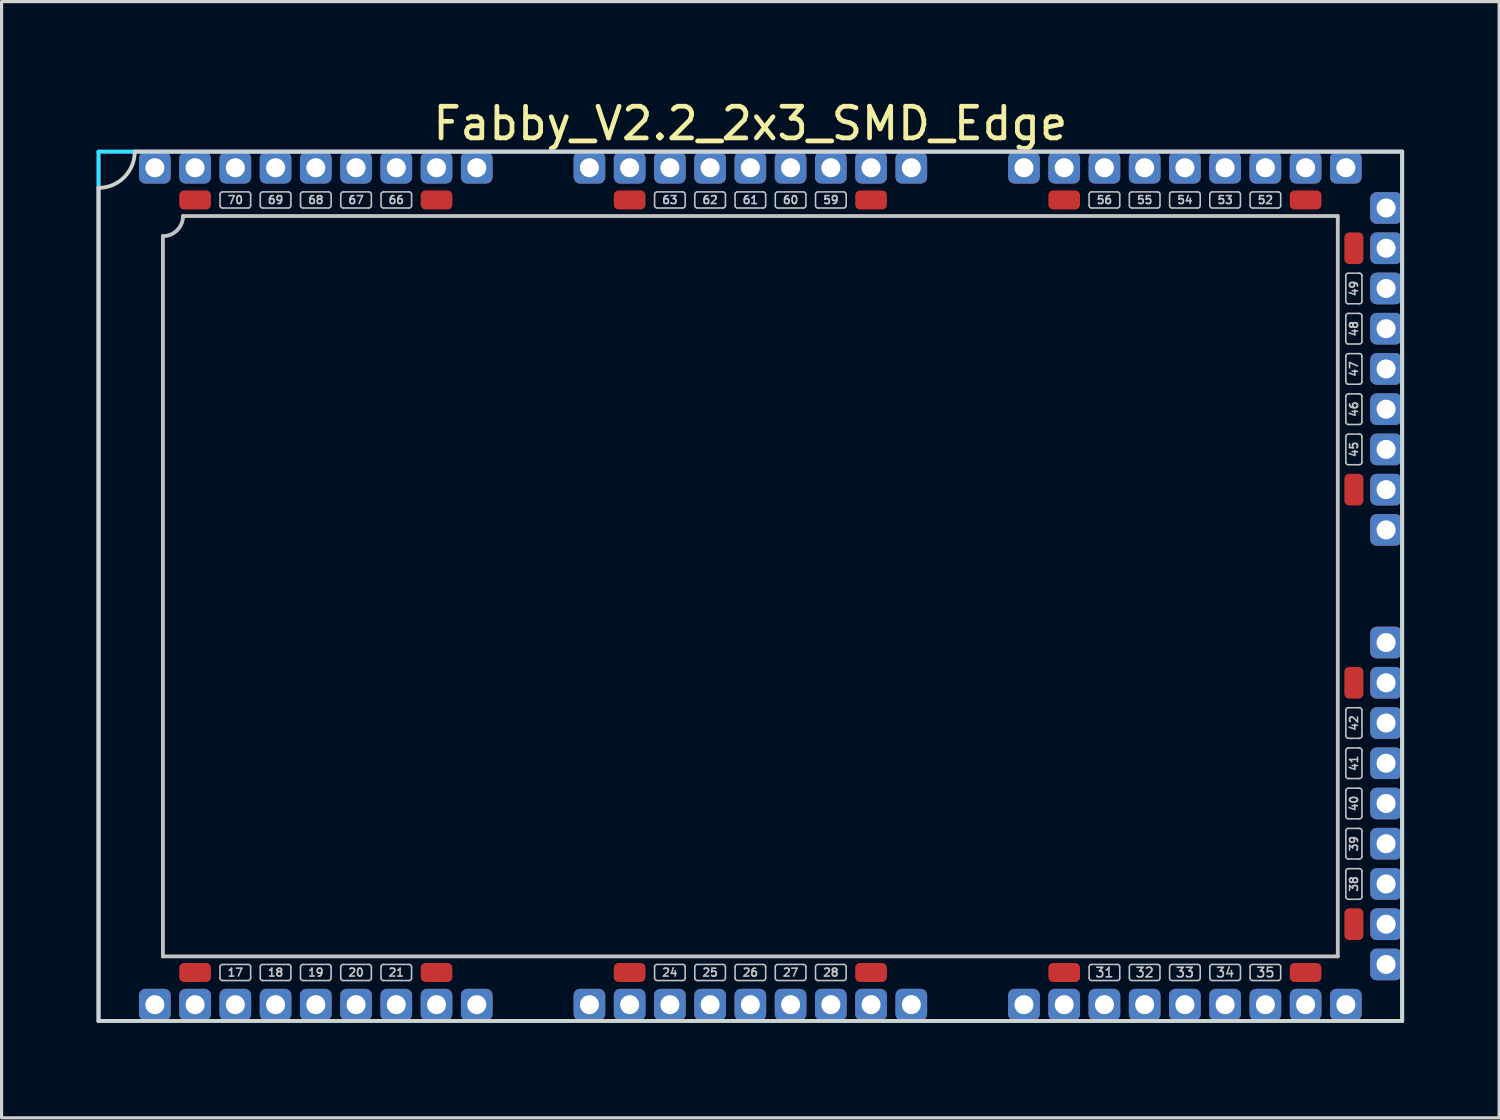
<source format=kicad_pcb>
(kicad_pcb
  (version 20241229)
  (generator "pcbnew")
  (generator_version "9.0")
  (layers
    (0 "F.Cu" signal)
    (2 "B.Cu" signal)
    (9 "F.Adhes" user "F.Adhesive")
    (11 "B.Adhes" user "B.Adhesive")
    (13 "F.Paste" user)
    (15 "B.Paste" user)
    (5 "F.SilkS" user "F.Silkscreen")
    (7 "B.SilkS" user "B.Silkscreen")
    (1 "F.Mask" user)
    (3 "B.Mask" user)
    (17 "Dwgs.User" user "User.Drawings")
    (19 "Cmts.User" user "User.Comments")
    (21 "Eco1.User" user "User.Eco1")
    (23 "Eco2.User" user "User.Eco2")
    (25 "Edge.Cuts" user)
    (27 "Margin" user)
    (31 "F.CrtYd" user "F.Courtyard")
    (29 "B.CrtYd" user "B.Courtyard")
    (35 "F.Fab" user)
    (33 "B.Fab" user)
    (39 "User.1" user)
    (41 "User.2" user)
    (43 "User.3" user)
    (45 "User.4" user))
  (footprint "Fabby_V2.2_2x3_SMD_Edge"
    (layer "F.Cu")
    (at 20.634 15.453)
    (property "Reference" "Fabby_V2.2_2x3_SMD_Edge" (at 0 -14.605 0) (layer "F.SilkS") (effects (font (size 1 1) (thickness 0.15))))
    (attr through_hole)
    (fp_line (start -18.542 11.684) (end -18.542 -11.049) (stroke (width 0.12) (type solid)) (layer "Dwgs.User"))
    (fp_line (start -17.907 -11.684) (end 18.542 -11.684) (stroke (width 0.12) (type solid)) (layer "Dwgs.User"))
    (fp_line (start -16.739 -12.014) (end -16.739 -12.37) (stroke (width 0.05) (type solid)) (layer "Dwgs.User"))
    (fp_line (start -16.739 12.37) (end -16.739 12.014) (stroke (width 0.05) (type solid)) (layer "Dwgs.User"))
    (fp_line (start -15.85 -12.446) (end -16.662 -12.446) (stroke (width 0.05) (type solid)) (layer "Dwgs.User"))
    (fp_line (start -15.85 -11.938) (end -16.662 -11.938) (stroke (width 0.05) (type solid)) (layer "Dwgs.User"))
    (fp_line (start -15.85 11.938) (end -16.662 11.938) (stroke (width 0.05) (type solid)) (layer "Dwgs.User"))
    (fp_line (start -15.85 12.446) (end -16.662 12.446) (stroke (width 0.05) (type solid)) (layer "Dwgs.User"))
    (fp_line (start -15.773 -12.014) (end -15.773 -12.37) (stroke (width 0.05) (type solid)) (layer "Dwgs.User"))
    (fp_line (start -15.773 12.37) (end -15.773 12.014) (stroke (width 0.05) (type solid)) (layer "Dwgs.User"))
    (fp_line (start -15.469 -12.014) (end -15.469 -12.37) (stroke (width 0.05) (type solid)) (layer "Dwgs.User"))
    (fp_line (start -15.469 12.37) (end -15.469 12.014) (stroke (width 0.05) (type solid)) (layer "Dwgs.User"))
    (fp_line (start -14.58 -12.446) (end -15.392 -12.446) (stroke (width 0.05) (type solid)) (layer "Dwgs.User"))
    (fp_line (start -14.58 -11.938) (end -15.392 -11.938) (stroke (width 0.05) (type solid)) (layer "Dwgs.User"))
    (fp_line (start -14.58 11.938) (end -15.392 11.938) (stroke (width 0.05) (type solid)) (layer "Dwgs.User"))
    (fp_line (start -14.58 12.446) (end -15.392 12.446) (stroke (width 0.05) (type solid)) (layer "Dwgs.User"))
    (fp_line (start -14.503 -12.014) (end -14.503 -12.37) (stroke (width 0.05) (type solid)) (layer "Dwgs.User"))
    (fp_line (start -14.503 12.37) (end -14.503 12.014) (stroke (width 0.05) (type solid)) (layer "Dwgs.User"))
    (fp_line (start -14.199 -12.014) (end -14.199 -12.37) (stroke (width 0.05) (type solid)) (layer "Dwgs.User"))
    (fp_line (start -14.199 12.37) (end -14.199 12.014) (stroke (width 0.05) (type solid)) (layer "Dwgs.User"))
    (fp_line (start -13.31 -12.446) (end -14.122 -12.446) (stroke (width 0.05) (type solid)) (layer "Dwgs.User"))
    (fp_line (start -13.31 -11.938) (end -14.122 -11.938) (stroke (width 0.05) (type solid)) (layer "Dwgs.User"))
    (fp_line (start -13.31 11.938) (end -14.122 11.938) (stroke (width 0.05) (type solid)) (layer "Dwgs.User"))
    (fp_line (start -13.31 12.446) (end -14.122 12.446) (stroke (width 0.05) (type solid)) (layer "Dwgs.User"))
    (fp_line (start -13.233 -12.014) (end -13.233 -12.37) (stroke (width 0.05) (type solid)) (layer "Dwgs.User"))
    (fp_line (start -13.233 12.37) (end -13.233 12.014) (stroke (width 0.05) (type solid)) (layer "Dwgs.User"))
    (fp_line (start -12.929 -12.014) (end -12.929 -12.37) (stroke (width 0.05) (type solid)) (layer "Dwgs.User"))
    (fp_line (start -12.929 12.37) (end -12.929 12.014) (stroke (width 0.05) (type solid)) (layer "Dwgs.User"))
    (fp_line (start -12.04 -12.446) (end -12.852 -12.446) (stroke (width 0.05) (type solid)) (layer "Dwgs.User"))
    (fp_line (start -12.04 -11.938) (end -12.852 -11.938) (stroke (width 0.05) (type solid)) (layer "Dwgs.User"))
    (fp_line (start -12.04 11.938) (end -12.852 11.938) (stroke (width 0.05) (type solid)) (layer "Dwgs.User"))
    (fp_line (start -12.04 12.446) (end -12.852 12.446) (stroke (width 0.05) (type solid)) (layer "Dwgs.User"))
    (fp_line (start -11.963 -12.014) (end -11.963 -12.37) (stroke (width 0.05) (type solid)) (layer "Dwgs.User"))
    (fp_line (start -11.963 12.37) (end -11.963 12.014) (stroke (width 0.05) (type solid)) (layer "Dwgs.User"))
    (fp_line (start -11.659 -12.014) (end -11.659 -12.37) (stroke (width 0.05) (type solid)) (layer "Dwgs.User"))
    (fp_line (start -11.659 12.37) (end -11.659 12.014) (stroke (width 0.05) (type solid)) (layer "Dwgs.User"))
    (fp_line (start -10.77 -12.446) (end -11.582 -12.446) (stroke (width 0.05) (type solid)) (layer "Dwgs.User"))
    (fp_line (start -10.77 -11.938) (end -11.582 -11.938) (stroke (width 0.05) (type solid)) (layer "Dwgs.User"))
    (fp_line (start -10.77 11.938) (end -11.582 11.938) (stroke (width 0.05) (type solid)) (layer "Dwgs.User"))
    (fp_line (start -10.77 12.446) (end -11.582 12.446) (stroke (width 0.05) (type solid)) (layer "Dwgs.User"))
    (fp_line (start -10.693 -12.014) (end -10.693 -12.37) (stroke (width 0.05) (type solid)) (layer "Dwgs.User"))
    (fp_line (start -10.693 12.37) (end -10.693 12.014) (stroke (width 0.05) (type solid)) (layer "Dwgs.User"))
    (fp_line (start -3.023 -12.014) (end -3.023 -12.37) (stroke (width 0.05) (type solid)) (layer "Dwgs.User"))
    (fp_line (start -3.023 12.014) (end -3.023 12.37) (stroke (width 0.05) (type solid)) (layer "Dwgs.User"))
    (fp_line (start -2.946 11.938) (end -2.134 11.938) (stroke (width 0.05) (type solid)) (layer "Dwgs.User"))
    (fp_line (start -2.946 12.446) (end -2.134 12.446) (stroke (width 0.05) (type solid)) (layer "Dwgs.User"))
    (fp_line (start -2.134 -12.446) (end -2.946 -12.446) (stroke (width 0.05) (type solid)) (layer "Dwgs.User"))
    (fp_line (start -2.134 -11.938) (end -2.946 -11.938) (stroke (width 0.05) (type solid)) (layer "Dwgs.User"))
    (fp_line (start -2.057 -12.014) (end -2.057 -12.37) (stroke (width 0.05) (type solid)) (layer "Dwgs.User"))
    (fp_line (start -2.057 12.014) (end -2.057 12.37) (stroke (width 0.05) (type solid)) (layer "Dwgs.User"))
    (fp_line (start -1.753 -12.014) (end -1.753 -12.37) (stroke (width 0.05) (type solid)) (layer "Dwgs.User"))
    (fp_line (start -1.753 12.014) (end -1.753 12.37) (stroke (width 0.05) (type solid)) (layer "Dwgs.User"))
    (fp_line (start -1.676 11.938) (end -0.864 11.938) (stroke (width 0.05) (type solid)) (layer "Dwgs.User"))
    (fp_line (start -1.676 12.446) (end -0.864 12.446) (stroke (width 0.05) (type solid)) (layer "Dwgs.User"))
    (fp_line (start -0.864 -12.446) (end -1.676 -12.446) (stroke (width 0.05) (type solid)) (layer "Dwgs.User"))
    (fp_line (start -0.864 -11.938) (end -1.676 -11.938) (stroke (width 0.05) (type solid)) (layer "Dwgs.User"))
    (fp_line (start -0.787 -12.014) (end -0.787 -12.37) (stroke (width 0.05) (type solid)) (layer "Dwgs.User"))
    (fp_line (start -0.787 12.014) (end -0.787 12.37) (stroke (width 0.05) (type solid)) (layer "Dwgs.User"))
    (fp_line (start -0.483 -12.014) (end -0.483 -12.37) (stroke (width 0.05) (type solid)) (layer "Dwgs.User"))
    (fp_line (start -0.483 12.014) (end -0.483 12.37) (stroke (width 0.05) (type solid)) (layer "Dwgs.User"))
    (fp_line (start -0.406 11.938) (end 0.406 11.938) (stroke (width 0.05) (type solid)) (layer "Dwgs.User"))
    (fp_line (start -0.406 12.446) (end 0.406 12.446) (stroke (width 0.05) (type solid)) (layer "Dwgs.User"))
    (fp_line (start 0.406 -12.446) (end -0.406 -12.446) (stroke (width 0.05) (type solid)) (layer "Dwgs.User"))
    (fp_line (start 0.406 -11.938) (end -0.406 -11.938) (stroke (width 0.05) (type solid)) (layer "Dwgs.User"))
    (fp_line (start 0.483 -12.014) (end 0.483 -12.37) (stroke (width 0.05) (type solid)) (layer "Dwgs.User"))
    (fp_line (start 0.483 12.014) (end 0.483 12.37) (stroke (width 0.05) (type solid)) (layer "Dwgs.User"))
    (fp_line (start 0.787 -12.014) (end 0.787 -12.37) (stroke (width 0.05) (type solid)) (layer "Dwgs.User"))
    (fp_line (start 0.787 12.014) (end 0.787 12.37) (stroke (width 0.05) (type solid)) (layer "Dwgs.User"))
    (fp_line (start 0.864 11.938) (end 1.676 11.938) (stroke (width 0.05) (type solid)) (layer "Dwgs.User"))
    (fp_line (start 0.864 12.446) (end 1.676 12.446) (stroke (width 0.05) (type solid)) (layer "Dwgs.User"))
    (fp_line (start 1.676 -12.446) (end 0.864 -12.446) (stroke (width 0.05) (type solid)) (layer "Dwgs.User"))
    (fp_line (start 1.676 -11.938) (end 0.864 -11.938) (stroke (width 0.05) (type solid)) (layer "Dwgs.User"))
    (fp_line (start 1.753 -12.014) (end 1.753 -12.37) (stroke (width 0.05) (type solid)) (layer "Dwgs.User"))
    (fp_line (start 1.753 12.014) (end 1.753 12.37) (stroke (width 0.05) (type solid)) (layer "Dwgs.User"))
    (fp_line (start 2.057 -12.014) (end 2.057 -12.37) (stroke (width 0.05) (type solid)) (layer "Dwgs.User"))
    (fp_line (start 2.057 12.014) (end 2.057 12.37) (stroke (width 0.05) (type solid)) (layer "Dwgs.User"))
    (fp_line (start 2.134 11.938) (end 2.946 11.938) (stroke (width 0.05) (type solid)) (layer "Dwgs.User"))
    (fp_line (start 2.134 12.446) (end 2.946 12.446) (stroke (width 0.05) (type solid)) (layer "Dwgs.User"))
    (fp_line (start 2.946 -12.446) (end 2.134 -12.446) (stroke (width 0.05) (type solid)) (layer "Dwgs.User"))
    (fp_line (start 2.946 -11.938) (end 2.134 -11.938) (stroke (width 0.05) (type solid)) (layer "Dwgs.User"))
    (fp_line (start 3.023 -12.014) (end 3.023 -12.37) (stroke (width 0.05) (type solid)) (layer "Dwgs.User"))
    (fp_line (start 3.023 12.014) (end 3.023 12.37) (stroke (width 0.05) (type solid)) (layer "Dwgs.User"))
    (fp_line (start 10.693 -12.014) (end 10.693 -12.37) (stroke (width 0.05) (type solid)) (layer "Dwgs.User"))
    (fp_line (start 10.693 12.37) (end 10.693 12.014) (stroke (width 0.05) (type solid)) (layer "Dwgs.User"))
    (fp_line (start 11.582 -12.446) (end 10.77 -12.446) (stroke (width 0.05) (type solid)) (layer "Dwgs.User"))
    (fp_line (start 11.582 -11.938) (end 10.77 -11.938) (stroke (width 0.05) (type solid)) (layer "Dwgs.User"))
    (fp_line (start 11.582 11.938) (end 10.77 11.938) (stroke (width 0.05) (type solid)) (layer "Dwgs.User"))
    (fp_line (start 11.582 12.446) (end 10.77 12.446) (stroke (width 0.05) (type solid)) (layer "Dwgs.User"))
    (fp_line (start 11.659 -12.014) (end 11.659 -12.37) (stroke (width 0.05) (type solid)) (layer "Dwgs.User"))
    (fp_line (start 11.659 12.37) (end 11.659 12.014) (stroke (width 0.05) (type solid)) (layer "Dwgs.User"))
    (fp_line (start 11.963 -12.014) (end 11.963 -12.37) (stroke (width 0.05) (type solid)) (layer "Dwgs.User"))
    (fp_line (start 11.963 12.37) (end 11.963 12.014) (stroke (width 0.05) (type solid)) (layer "Dwgs.User"))
    (fp_line (start 12.852 -12.446) (end 12.04 -12.446) (stroke (width 0.05) (type solid)) (layer "Dwgs.User"))
    (fp_line (start 12.852 -11.938) (end 12.04 -11.938) (stroke (width 0.05) (type solid)) (layer "Dwgs.User"))
    (fp_line (start 12.852 11.938) (end 12.04 11.938) (stroke (width 0.05) (type solid)) (layer "Dwgs.User"))
    (fp_line (start 12.852 12.446) (end 12.04 12.446) (stroke (width 0.05) (type solid)) (layer "Dwgs.User"))
    (fp_line (start 12.929 -12.014) (end 12.929 -12.37) (stroke (width 0.05) (type solid)) (layer "Dwgs.User"))
    (fp_line (start 12.929 12.37) (end 12.929 12.014) (stroke (width 0.05) (type solid)) (layer "Dwgs.User"))
    (fp_line (start 13.233 -12.014) (end 13.233 -12.37) (stroke (width 0.05) (type solid)) (layer "Dwgs.User"))
    (fp_line (start 13.233 12.37) (end 13.233 12.014) (stroke (width 0.05) (type solid)) (layer "Dwgs.User"))
    (fp_line (start 14.122 -12.446) (end 13.31 -12.446) (stroke (width 0.05) (type solid)) (layer "Dwgs.User"))
    (fp_line (start 14.122 -11.938) (end 13.31 -11.938) (stroke (width 0.05) (type solid)) (layer "Dwgs.User"))
    (fp_line (start 14.122 11.938) (end 13.31 11.938) (stroke (width 0.05) (type solid)) (layer "Dwgs.User"))
    (fp_line (start 14.122 12.446) (end 13.31 12.446) (stroke (width 0.05) (type solid)) (layer "Dwgs.User"))
    (fp_line (start 14.199 -12.014) (end 14.199 -12.37) (stroke (width 0.05) (type solid)) (layer "Dwgs.User"))
    (fp_line (start 14.199 12.37) (end 14.199 12.014) (stroke (width 0.05) (type solid)) (layer "Dwgs.User"))
    (fp_line (start 14.503 -12.014) (end 14.503 -12.37) (stroke (width 0.05) (type solid)) (layer "Dwgs.User"))
    (fp_line (start 14.503 12.37) (end 14.503 12.014) (stroke (width 0.05) (type solid)) (layer "Dwgs.User"))
    (fp_line (start 15.392 -12.446) (end 14.58 -12.446) (stroke (width 0.05) (type solid)) (layer "Dwgs.User"))
    (fp_line (start 15.392 -11.938) (end 14.58 -11.938) (stroke (width 0.05) (type solid)) (layer "Dwgs.User"))
    (fp_line (start 15.392 11.938) (end 14.58 11.938) (stroke (width 0.05) (type solid)) (layer "Dwgs.User"))
    (fp_line (start 15.392 12.446) (end 14.58 12.446) (stroke (width 0.05) (type solid)) (layer "Dwgs.User"))
    (fp_line (start 15.469 -12.014) (end 15.469 -12.37) (stroke (width 0.05) (type solid)) (layer "Dwgs.User"))
    (fp_line (start 15.469 12.37) (end 15.469 12.014) (stroke (width 0.05) (type solid)) (layer "Dwgs.User"))
    (fp_line (start 15.773 -12.014) (end 15.773 -12.37) (stroke (width 0.05) (type solid)) (layer "Dwgs.User"))
    (fp_line (start 15.773 12.37) (end 15.773 12.014) (stroke (width 0.05) (type solid)) (layer "Dwgs.User"))
    (fp_line (start 16.662 -12.446) (end 15.85 -12.446) (stroke (width 0.05) (type solid)) (layer "Dwgs.User"))
    (fp_line (start 16.662 -11.938) (end 15.85 -11.938) (stroke (width 0.05) (type solid)) (layer "Dwgs.User"))
    (fp_line (start 16.662 11.938) (end 15.85 11.938) (stroke (width 0.05) (type solid)) (layer "Dwgs.User"))
    (fp_line (start 16.662 12.446) (end 15.85 12.446) (stroke (width 0.05) (type solid)) (layer "Dwgs.User"))
    (fp_line (start 16.739 -12.014) (end 16.739 -12.37) (stroke (width 0.05) (type solid)) (layer "Dwgs.User"))
    (fp_line (start 16.739 12.37) (end 16.739 12.014) (stroke (width 0.05) (type solid)) (layer "Dwgs.User"))
    (fp_line (start 18.542 -11.684) (end 18.542 11.684) (stroke (width 0.12) (type solid)) (layer "Dwgs.User"))
    (fp_line (start 18.542 11.684) (end -18.542 11.684) (stroke (width 0.12) (type solid)) (layer "Dwgs.User"))
    (fp_line (start 18.796 -8.992) (end 18.796 -9.804) (stroke (width 0.05) (type solid)) (layer "Dwgs.User"))
    (fp_line (start 18.796 -7.722) (end 18.796 -8.534) (stroke (width 0.05) (type solid)) (layer "Dwgs.User"))
    (fp_line (start 18.796 -6.452) (end 18.796 -7.264) (stroke (width 0.05) (type solid)) (layer "Dwgs.User"))
    (fp_line (start 18.796 -5.182) (end 18.796 -5.994) (stroke (width 0.05) (type solid)) (layer "Dwgs.User"))
    (fp_line (start 18.796 -3.912) (end 18.796 -4.724) (stroke (width 0.05) (type solid)) (layer "Dwgs.User"))
    (fp_line (start 18.796 3.912) (end 18.796 4.724) (stroke (width 0.05) (type solid)) (layer "Dwgs.User"))
    (fp_line (start 18.796 5.182) (end 18.796 5.994) (stroke (width 0.05) (type solid)) (layer "Dwgs.User"))
    (fp_line (start 18.796 6.452) (end 18.796 7.264) (stroke (width 0.05) (type solid)) (layer "Dwgs.User"))
    (fp_line (start 18.796 7.722) (end 18.796 8.534) (stroke (width 0.05) (type solid)) (layer "Dwgs.User"))
    (fp_line (start 18.796 8.992) (end 18.796 9.804) (stroke (width 0.05) (type solid)) (layer "Dwgs.User"))
    (fp_line (start 18.872 -9.881) (end 19.228 -9.881) (stroke (width 0.05) (type solid)) (layer "Dwgs.User"))
    (fp_line (start 18.872 -8.915) (end 19.228 -8.915) (stroke (width 0.05) (type solid)) (layer "Dwgs.User"))
    (fp_line (start 18.872 -8.611) (end 19.228 -8.611) (stroke (width 0.05) (type solid)) (layer "Dwgs.User"))
    (fp_line (start 18.872 -7.645) (end 19.228 -7.645) (stroke (width 0.05) (type solid)) (layer "Dwgs.User"))
    (fp_line (start 18.872 -7.341) (end 19.228 -7.341) (stroke (width 0.05) (type solid)) (layer "Dwgs.User"))
    (fp_line (start 18.872 -6.375) (end 19.228 -6.375) (stroke (width 0.05) (type solid)) (layer "Dwgs.User"))
    (fp_line (start 18.872 -6.071) (end 19.228 -6.071) (stroke (width 0.05) (type solid)) (layer "Dwgs.User"))
    (fp_line (start 18.872 -5.105) (end 19.228 -5.105) (stroke (width 0.05) (type solid)) (layer "Dwgs.User"))
    (fp_line (start 18.872 -4.801) (end 19.228 -4.801) (stroke (width 0.05) (type solid)) (layer "Dwgs.User"))
    (fp_line (start 18.872 -3.835) (end 19.228 -3.835) (stroke (width 0.05) (type solid)) (layer "Dwgs.User"))
    (fp_line (start 19.228 3.835) (end 18.872 3.835) (stroke (width 0.05) (type solid)) (layer "Dwgs.User"))
    (fp_line (start 19.228 4.801) (end 18.872 4.801) (stroke (width 0.05) (type solid)) (layer "Dwgs.User"))
    (fp_line (start 19.228 5.105) (end 18.872 5.105) (stroke (width 0.05) (type solid)) (layer "Dwgs.User"))
    (fp_line (start 19.228 6.071) (end 18.872 6.071) (stroke (width 0.05) (type solid)) (layer "Dwgs.User"))
    (fp_line (start 19.228 6.375) (end 18.872 6.375) (stroke (width 0.05) (type solid)) (layer "Dwgs.User"))
    (fp_line (start 19.228 7.341) (end 18.872 7.341) (stroke (width 0.05) (type solid)) (layer "Dwgs.User"))
    (fp_line (start 19.228 7.645) (end 18.872 7.645) (stroke (width 0.05) (type solid)) (layer "Dwgs.User"))
    (fp_line (start 19.228 8.611) (end 18.872 8.611) (stroke (width 0.05) (type solid)) (layer "Dwgs.User"))
    (fp_line (start 19.228 8.915) (end 18.872 8.915) (stroke (width 0.05) (type solid)) (layer "Dwgs.User"))
    (fp_line (start 19.228 9.881) (end 18.872 9.881) (stroke (width 0.05) (type solid)) (layer "Dwgs.User"))
    (fp_line (start 19.304 -8.992) (end 19.304 -9.804) (stroke (width 0.05) (type solid)) (layer "Dwgs.User"))
    (fp_line (start 19.304 -7.722) (end 19.304 -8.534) (stroke (width 0.05) (type solid)) (layer "Dwgs.User"))
    (fp_line (start 19.304 -6.452) (end 19.304 -7.264) (stroke (width 0.05) (type solid)) (layer "Dwgs.User"))
    (fp_line (start 19.304 -5.182) (end 19.304 -5.994) (stroke (width 0.05) (type solid)) (layer "Dwgs.User"))
    (fp_line (start 19.304 -3.912) (end 19.304 -4.724) (stroke (width 0.05) (type solid)) (layer "Dwgs.User"))
    (fp_line (start 19.304 3.912) (end 19.304 4.724) (stroke (width 0.05) (type solid)) (layer "Dwgs.User"))
    (fp_line (start 19.304 5.182) (end 19.304 5.994) (stroke (width 0.05) (type solid)) (layer "Dwgs.User"))
    (fp_line (start 19.304 6.452) (end 19.304 7.264) (stroke (width 0.05) (type solid)) (layer "Dwgs.User"))
    (fp_line (start 19.304 7.722) (end 19.304 8.534) (stroke (width 0.05) (type solid)) (layer "Dwgs.User"))
    (fp_line (start 19.304 8.992) (end 19.304 9.804) (stroke (width 0.05) (type solid)) (layer "Dwgs.User"))
    (fp_arc (start -17.907 -11.684) (mid -18.092987 -11.234987) (end -18.542 -11.049) (stroke (width 0.12) (type solid)) (layer "Dwgs.User"))
    (fp_arc (start -16.7386 -12.3698) (mid -16.716282 -12.423682) (end -16.6624 -12.446) (stroke (width 0.05) (type solid)) (layer "Dwgs.User"))
    (fp_arc (start -16.7386 12.0142) (mid -16.716282 11.960318) (end -16.6624 11.938) (stroke (width 0.05) (type solid)) (layer "Dwgs.User"))
    (fp_arc (start -16.6624 -11.938) (mid -16.716282 -11.960318) (end -16.7386 -12.0142) (stroke (width 0.05) (type solid)) (layer "Dwgs.User"))
    (fp_arc (start -16.6624 12.446) (mid -16.716282 12.423682) (end -16.7386 12.3698) (stroke (width 0.05) (type solid)) (layer "Dwgs.User"))
    (fp_arc (start -15.8496 -12.446) (mid -15.795718 -12.423682) (end -15.7734 -12.3698) (stroke (width 0.05) (type solid)) (layer "Dwgs.User"))
    (fp_arc (start -15.8496 11.938) (mid -15.795718 11.960318) (end -15.7734 12.0142) (stroke (width 0.05) (type solid)) (layer "Dwgs.User"))
    (fp_arc (start -15.7734 -12.0142) (mid -15.795718 -11.960318) (end -15.8496 -11.938) (stroke (width 0.05) (type solid)) (layer "Dwgs.User"))
    (fp_arc (start -15.7734 12.3698) (mid -15.795718 12.423682) (end -15.8496 12.446) (stroke (width 0.05) (type solid)) (layer "Dwgs.User"))
    (fp_arc (start -15.4686 -12.3698) (mid -15.446282 -12.423682) (end -15.3924 -12.446) (stroke (width 0.05) (type solid)) (layer "Dwgs.User"))
    (fp_arc (start -15.4686 12.0142) (mid -15.446282 11.960318) (end -15.3924 11.938) (stroke (width 0.05) (type solid)) (layer "Dwgs.User"))
    (fp_arc (start -15.3924 -11.938) (mid -15.446282 -11.960318) (end -15.4686 -12.0142) (stroke (width 0.05) (type solid)) (layer "Dwgs.User"))
    (fp_arc (start -15.3924 12.446) (mid -15.446282 12.423682) (end -15.4686 12.3698) (stroke (width 0.05) (type solid)) (layer "Dwgs.User"))
    (fp_arc (start -14.5796 -12.446) (mid -14.525718 -12.423682) (end -14.5034 -12.3698) (stroke (width 0.05) (type solid)) (layer "Dwgs.User"))
    (fp_arc (start -14.5796 11.938) (mid -14.525718 11.960318) (end -14.5034 12.0142) (stroke (width 0.05) (type solid)) (layer "Dwgs.User"))
    (fp_arc (start -14.5034 -12.0142) (mid -14.525718 -11.960318) (end -14.5796 -11.938) (stroke (width 0.05) (type solid)) (layer "Dwgs.User"))
    (fp_arc (start -14.5034 12.3698) (mid -14.525718 12.423682) (end -14.5796 12.446) (stroke (width 0.05) (type solid)) (layer "Dwgs.User"))
    (fp_arc (start -14.1986 -12.3698) (mid -14.176282 -12.423682) (end -14.1224 -12.446) (stroke (width 0.05) (type solid)) (layer "Dwgs.User"))
    (fp_arc (start -14.1986 12.0142) (mid -14.176282 11.960318) (end -14.1224 11.938) (stroke (width 0.05) (type solid)) (layer "Dwgs.User"))
    (fp_arc (start -14.1224 -11.938) (mid -14.176282 -11.960318) (end -14.1986 -12.0142) (stroke (width 0.05) (type solid)) (layer "Dwgs.User"))
    (fp_arc (start -14.1224 12.446) (mid -14.176282 12.423682) (end -14.1986 12.3698) (stroke (width 0.05) (type solid)) (layer "Dwgs.User"))
    (fp_arc (start -13.3096 -12.446) (mid -13.255718 -12.423682) (end -13.2334 -12.3698) (stroke (width 0.05) (type solid)) (layer "Dwgs.User"))
    (fp_arc (start -13.3096 11.938) (mid -13.255718 11.960318) (end -13.2334 12.0142) (stroke (width 0.05) (type solid)) (layer "Dwgs.User"))
    (fp_arc (start -13.2334 -12.0142) (mid -13.255718 -11.960318) (end -13.3096 -11.938) (stroke (width 0.05) (type solid)) (layer "Dwgs.User"))
    (fp_arc (start -13.2334 12.3698) (mid -13.255718 12.423682) (end -13.3096 12.446) (stroke (width 0.05) (type solid)) (layer "Dwgs.User"))
    (fp_arc (start -12.9286 -12.3698) (mid -12.906282 -12.423682) (end -12.8524 -12.446) (stroke (width 0.05) (type solid)) (layer "Dwgs.User"))
    (fp_arc (start -12.9286 12.0142) (mid -12.906282 11.960318) (end -12.8524 11.938) (stroke (width 0.05) (type solid)) (layer "Dwgs.User"))
    (fp_arc (start -12.8524 -11.938) (mid -12.906282 -11.960318) (end -12.9286 -12.0142) (stroke (width 0.05) (type solid)) (layer "Dwgs.User"))
    (fp_arc (start -12.8524 12.446) (mid -12.906282 12.423682) (end -12.9286 12.3698) (stroke (width 0.05) (type solid)) (layer "Dwgs.User"))
    (fp_arc (start -12.0396 -12.446) (mid -11.985718 -12.423682) (end -11.9634 -12.3698) (stroke (width 0.05) (type solid)) (layer "Dwgs.User"))
    (fp_arc (start -12.0396 11.938) (mid -11.985718 11.960318) (end -11.9634 12.0142) (stroke (width 0.05) (type solid)) (layer "Dwgs.User"))
    (fp_arc (start -11.9634 -12.0142) (mid -11.985718 -11.960318) (end -12.0396 -11.938) (stroke (width 0.05) (type solid)) (layer "Dwgs.User"))
    (fp_arc (start -11.9634 12.3698) (mid -11.985718 12.423682) (end -12.0396 12.446) (stroke (width 0.05) (type solid)) (layer "Dwgs.User"))
    (fp_arc (start -11.6586 -12.3698) (mid -11.636282 -12.423682) (end -11.5824 -12.446) (stroke (width 0.05) (type solid)) (layer "Dwgs.User"))
    (fp_arc (start -11.6586 12.0142) (mid -11.636282 11.960318) (end -11.5824 11.938) (stroke (width 0.05) (type solid)) (layer "Dwgs.User"))
    (fp_arc (start -11.5824 -11.938) (mid -11.636282 -11.960318) (end -11.6586 -12.0142) (stroke (width 0.05) (type solid)) (layer "Dwgs.User"))
    (fp_arc (start -11.5824 12.446) (mid -11.636282 12.423682) (end -11.6586 12.3698) (stroke (width 0.05) (type solid)) (layer "Dwgs.User"))
    (fp_arc (start -10.7696 -12.446) (mid -10.715718 -12.423682) (end -10.6934 -12.3698) (stroke (width 0.05) (type solid)) (layer "Dwgs.User"))
    (fp_arc (start -10.7696 11.938) (mid -10.715718 11.960318) (end -10.6934 12.0142) (stroke (width 0.05) (type solid)) (layer "Dwgs.User"))
    (fp_arc (start -10.6934 -12.0142) (mid -10.715718 -11.960318) (end -10.7696 -11.938) (stroke (width 0.05) (type solid)) (layer "Dwgs.User"))
    (fp_arc (start -10.6934 12.3698) (mid -10.715718 12.423682) (end -10.7696 12.446) (stroke (width 0.05) (type solid)) (layer "Dwgs.User"))
    (fp_arc (start -3.0226 -12.3698) (mid -3.000282 -12.423682) (end -2.9464 -12.446) (stroke (width 0.05) (type solid)) (layer "Dwgs.User"))
    (fp_arc (start -3.0226 12.0142) (mid -3.000282 11.960318) (end -2.9464 11.938) (stroke (width 0.05) (type solid)) (layer "Dwgs.User"))
    (fp_arc (start -2.9464 -11.938) (mid -3.000282 -11.960318) (end -3.0226 -12.0142) (stroke (width 0.05) (type solid)) (layer "Dwgs.User"))
    (fp_arc (start -2.9464 12.446) (mid -3.000282 12.423682) (end -3.0226 12.3698) (stroke (width 0.05) (type solid)) (layer "Dwgs.User"))
    (fp_arc (start -2.1336 -12.446) (mid -2.079718 -12.423682) (end -2.0574 -12.3698) (stroke (width 0.05) (type solid)) (layer "Dwgs.User"))
    (fp_arc (start -2.1336 11.938) (mid -2.079718 11.960318) (end -2.0574 12.0142) (stroke (width 0.05) (type solid)) (layer "Dwgs.User"))
    (fp_arc (start -2.0574 -12.0142) (mid -2.079718 -11.960318) (end -2.1336 -11.938) (stroke (width 0.05) (type solid)) (layer "Dwgs.User"))
    (fp_arc (start -2.0574 12.3698) (mid -2.079718 12.423682) (end -2.1336 12.446) (stroke (width 0.05) (type solid)) (layer "Dwgs.User"))
    (fp_arc (start -1.7526 -12.3698) (mid -1.730282 -12.423682) (end -1.6764 -12.446) (stroke (width 0.05) (type solid)) (layer "Dwgs.User"))
    (fp_arc (start -1.7526 12.0142) (mid -1.730282 11.960318) (end -1.6764 11.938) (stroke (width 0.05) (type solid)) (layer "Dwgs.User"))
    (fp_arc (start -1.6764 -11.938) (mid -1.730282 -11.960318) (end -1.7526 -12.0142) (stroke (width 0.05) (type solid)) (layer "Dwgs.User"))
    (fp_arc (start -1.6764 12.446) (mid -1.730282 12.423682) (end -1.7526 12.3698) (stroke (width 0.05) (type solid)) (layer "Dwgs.User"))
    (fp_arc (start -0.8636 -12.446) (mid -0.809718 -12.423682) (end -0.7874 -12.3698) (stroke (width 0.05) (type solid)) (layer "Dwgs.User"))
    (fp_arc (start -0.8636 11.938) (mid -0.809718 11.960318) (end -0.7874 12.0142) (stroke (width 0.05) (type solid)) (layer "Dwgs.User"))
    (fp_arc (start -0.7874 -12.0142) (mid -0.809718 -11.960318) (end -0.8636 -11.938) (stroke (width 0.05) (type solid)) (layer "Dwgs.User"))
    (fp_arc (start -0.7874 12.3698) (mid -0.809718 12.423682) (end -0.8636 12.446) (stroke (width 0.05) (type solid)) (layer "Dwgs.User"))
    (fp_arc (start -0.4826 -12.3698) (mid -0.460282 -12.423682) (end -0.4064 -12.446) (stroke (width 0.05) (type solid)) (layer "Dwgs.User"))
    (fp_arc (start -0.4826 12.0142) (mid -0.460282 11.960318) (end -0.4064 11.938) (stroke (width 0.05) (type solid)) (layer "Dwgs.User"))
    (fp_arc (start -0.4064 -11.938) (mid -0.460282 -11.960318) (end -0.4826 -12.0142) (stroke (width 0.05) (type solid)) (layer "Dwgs.User"))
    (fp_arc (start -0.4064 12.446) (mid -0.460282 12.423682) (end -0.4826 12.3698) (stroke (width 0.05) (type solid)) (layer "Dwgs.User"))
    (fp_arc (start 0.4064 -12.446) (mid 0.460282 -12.423682) (end 0.4826 -12.3698) (stroke (width 0.05) (type solid)) (layer "Dwgs.User"))
    (fp_arc (start 0.4064 11.938) (mid 0.460282 11.960318) (end 0.4826 12.0142) (stroke (width 0.05) (type solid)) (layer "Dwgs.User"))
    (fp_arc (start 0.4826 -12.0142) (mid 0.460282 -11.960318) (end 0.4064 -11.938) (stroke (width 0.05) (type solid)) (layer "Dwgs.User"))
    (fp_arc (start 0.4826 12.3698) (mid 0.460282 12.423682) (end 0.4064 12.446) (stroke (width 0.05) (type solid)) (layer "Dwgs.User"))
    (fp_arc (start 0.7874 -12.3698) (mid 0.809718 -12.423682) (end 0.8636 -12.446) (stroke (width 0.05) (type solid)) (layer "Dwgs.User"))
    (fp_arc (start 0.7874 12.0142) (mid 0.809718 11.960318) (end 0.8636 11.938) (stroke (width 0.05) (type solid)) (layer "Dwgs.User"))
    (fp_arc (start 0.8636 -11.938) (mid 0.809718 -11.960318) (end 0.7874 -12.0142) (stroke (width 0.05) (type solid)) (layer "Dwgs.User"))
    (fp_arc (start 0.8636 12.446) (mid 0.809718 12.423682) (end 0.7874 12.3698) (stroke (width 0.05) (type solid)) (layer "Dwgs.User"))
    (fp_arc (start 1.6764 -12.446) (mid 1.730282 -12.423682) (end 1.7526 -12.3698) (stroke (width 0.05) (type solid)) (layer "Dwgs.User"))
    (fp_arc (start 1.6764 11.938) (mid 1.730282 11.960318) (end 1.7526 12.0142) (stroke (width 0.05) (type solid)) (layer "Dwgs.User"))
    (fp_arc (start 1.7526 -12.0142) (mid 1.730282 -11.960318) (end 1.6764 -11.938) (stroke (width 0.05) (type solid)) (layer "Dwgs.User"))
    (fp_arc (start 1.7526 12.3698) (mid 1.730282 12.423682) (end 1.6764 12.446) (stroke (width 0.05) (type solid)) (layer "Dwgs.User"))
    (fp_arc (start 2.0574 -12.3698) (mid 2.079718 -12.423682) (end 2.1336 -12.446) (stroke (width 0.05) (type solid)) (layer "Dwgs.User"))
    (fp_arc (start 2.0574 12.0142) (mid 2.079718 11.960318) (end 2.1336 11.938) (stroke (width 0.05) (type solid)) (layer "Dwgs.User"))
    (fp_arc (start 2.1336 -11.938) (mid 2.079718 -11.960318) (end 2.0574 -12.0142) (stroke (width 0.05) (type solid)) (layer "Dwgs.User"))
    (fp_arc (start 2.1336 12.446) (mid 2.079718 12.423682) (end 2.0574 12.3698) (stroke (width 0.05) (type solid)) (layer "Dwgs.User"))
    (fp_arc (start 2.9464 -12.446) (mid 3.000282 -12.423682) (end 3.0226 -12.3698) (stroke (width 0.05) (type solid)) (layer "Dwgs.User"))
    (fp_arc (start 2.9464 11.938) (mid 3.000282 11.960318) (end 3.0226 12.0142) (stroke (width 0.05) (type solid)) (layer "Dwgs.User"))
    (fp_arc (start 3.0226 -12.0142) (mid 3.000282 -11.960318) (end 2.9464 -11.938) (stroke (width 0.05) (type solid)) (layer "Dwgs.User"))
    (fp_arc (start 3.0226 12.3698) (mid 3.000282 12.423682) (end 2.9464 12.446) (stroke (width 0.05) (type solid)) (layer "Dwgs.User"))
    (fp_arc (start 10.6934 -12.3698) (mid 10.715718 -12.423682) (end 10.7696 -12.446) (stroke (width 0.05) (type solid)) (layer "Dwgs.User"))
    (fp_arc (start 10.6934 12.0142) (mid 10.715718 11.960318) (end 10.7696 11.938) (stroke (width 0.05) (type solid)) (layer "Dwgs.User"))
    (fp_arc (start 10.7696 -11.938) (mid 10.715718 -11.960318) (end 10.6934 -12.0142) (stroke (width 0.05) (type solid)) (layer "Dwgs.User"))
    (fp_arc (start 10.7696 12.446) (mid 10.715718 12.423682) (end 10.6934 12.3698) (stroke (width 0.05) (type solid)) (layer "Dwgs.User"))
    (fp_arc (start 11.5824 -12.446) (mid 11.636282 -12.423682) (end 11.6586 -12.3698) (stroke (width 0.05) (type solid)) (layer "Dwgs.User"))
    (fp_arc (start 11.5824 11.938) (mid 11.636282 11.960318) (end 11.6586 12.0142) (stroke (width 0.05) (type solid)) (layer "Dwgs.User"))
    (fp_arc (start 11.6586 -12.0142) (mid 11.636282 -11.960318) (end 11.5824 -11.938) (stroke (width 0.05) (type solid)) (layer "Dwgs.User"))
    (fp_arc (start 11.6586 12.3698) (mid 11.636282 12.423682) (end 11.5824 12.446) (stroke (width 0.05) (type solid)) (layer "Dwgs.User"))
    (fp_arc (start 11.9634 -12.3698) (mid 11.985718 -12.423682) (end 12.0396 -12.446) (stroke (width 0.05) (type solid)) (layer "Dwgs.User"))
    (fp_arc (start 11.9634 12.0142) (mid 11.985718 11.960318) (end 12.0396 11.938) (stroke (width 0.05) (type solid)) (layer "Dwgs.User"))
    (fp_arc (start 12.0396 -11.938) (mid 11.985718 -11.960318) (end 11.9634 -12.0142) (stroke (width 0.05) (type solid)) (layer "Dwgs.User"))
    (fp_arc (start 12.0396 12.446) (mid 11.985718 12.423682) (end 11.9634 12.3698) (stroke (width 0.05) (type solid)) (layer "Dwgs.User"))
    (fp_arc (start 12.8524 -12.446) (mid 12.906282 -12.423682) (end 12.9286 -12.3698) (stroke (width 0.05) (type solid)) (layer "Dwgs.User"))
    (fp_arc (start 12.8524 11.938) (mid 12.906282 11.960318) (end 12.9286 12.0142) (stroke (width 0.05) (type solid)) (layer "Dwgs.User"))
    (fp_arc (start 12.9286 -12.0142) (mid 12.906282 -11.960318) (end 12.8524 -11.938) (stroke (width 0.05) (type solid)) (layer "Dwgs.User"))
    (fp_arc (start 12.9286 12.3698) (mid 12.906282 12.423682) (end 12.8524 12.446) (stroke (width 0.05) (type solid)) (layer "Dwgs.User"))
    (fp_arc (start 13.2334 -12.3698) (mid 13.255718 -12.423682) (end 13.3096 -12.446) (stroke (width 0.05) (type solid)) (layer "Dwgs.User"))
    (fp_arc (start 13.2334 12.0142) (mid 13.255718 11.960318) (end 13.3096 11.938) (stroke (width 0.05) (type solid)) (layer "Dwgs.User"))
    (fp_arc (start 13.3096 -11.938) (mid 13.255718 -11.960318) (end 13.2334 -12.0142) (stroke (width 0.05) (type solid)) (layer "Dwgs.User"))
    (fp_arc (start 13.3096 12.446) (mid 13.255718 12.423682) (end 13.2334 12.3698) (stroke (width 0.05) (type solid)) (layer "Dwgs.User"))
    (fp_arc (start 14.1224 -12.446) (mid 14.176282 -12.423682) (end 14.1986 -12.3698) (stroke (width 0.05) (type solid)) (layer "Dwgs.User"))
    (fp_arc (start 14.1224 11.938) (mid 14.176282 11.960318) (end 14.1986 12.0142) (stroke (width 0.05) (type solid)) (layer "Dwgs.User"))
    (fp_arc (start 14.1986 -12.0142) (mid 14.176282 -11.960318) (end 14.1224 -11.938) (stroke (width 0.05) (type solid)) (layer "Dwgs.User"))
    (fp_arc (start 14.1986 12.3698) (mid 14.176282 12.423682) (end 14.1224 12.446) (stroke (width 0.05) (type solid)) (layer "Dwgs.User"))
    (fp_arc (start 14.5034 -12.3698) (mid 14.525718 -12.423682) (end 14.5796 -12.446) (stroke (width 0.05) (type solid)) (layer "Dwgs.User"))
    (fp_arc (start 14.5034 12.0142) (mid 14.525718 11.960318) (end 14.5796 11.938) (stroke (width 0.05) (type solid)) (layer "Dwgs.User"))
    (fp_arc (start 14.5796 -11.938) (mid 14.525718 -11.960318) (end 14.5034 -12.0142) (stroke (width 0.05) (type solid)) (layer "Dwgs.User"))
    (fp_arc (start 14.5796 12.446) (mid 14.525718 12.423682) (end 14.5034 12.3698) (stroke (width 0.05) (type solid)) (layer "Dwgs.User"))
    (fp_arc (start 15.3924 -12.446) (mid 15.446282 -12.423682) (end 15.4686 -12.3698) (stroke (width 0.05) (type solid)) (layer "Dwgs.User"))
    (fp_arc (start 15.3924 11.938) (mid 15.446282 11.960318) (end 15.4686 12.0142) (stroke (width 0.05) (type solid)) (layer "Dwgs.User"))
    (fp_arc (start 15.4686 -12.0142) (mid 15.446282 -11.960318) (end 15.3924 -11.938) (stroke (width 0.05) (type solid)) (layer "Dwgs.User"))
    (fp_arc (start 15.4686 12.3698) (mid 15.446282 12.423682) (end 15.3924 12.446) (stroke (width 0.05) (type solid)) (layer "Dwgs.User"))
    (fp_arc (start 15.7734 -12.3698) (mid 15.795718 -12.423682) (end 15.8496 -12.446) (stroke (width 0.05) (type solid)) (layer "Dwgs.User"))
    (fp_arc (start 15.7734 12.0142) (mid 15.795718 11.960318) (end 15.8496 11.938) (stroke (width 0.05) (type solid)) (layer "Dwgs.User"))
    (fp_arc (start 15.8496 -11.938) (mid 15.795718 -11.960318) (end 15.7734 -12.0142) (stroke (width 0.05) (type solid)) (layer "Dwgs.User"))
    (fp_arc (start 15.8496 12.446) (mid 15.795718 12.423682) (end 15.7734 12.3698) (stroke (width 0.05) (type solid)) (layer "Dwgs.User"))
    (fp_arc (start 16.6624 -12.446) (mid 16.716282 -12.423682) (end 16.7386 -12.3698) (stroke (width 0.05) (type solid)) (layer "Dwgs.User"))
    (fp_arc (start 16.6624 11.938) (mid 16.716282 11.960318) (end 16.7386 12.0142) (stroke (width 0.05) (type solid)) (layer "Dwgs.User"))
    (fp_arc (start 16.7386 -12.0142) (mid 16.716282 -11.960318) (end 16.6624 -11.938) (stroke (width 0.05) (type solid)) (layer "Dwgs.User"))
    (fp_arc (start 16.7386 12.3698) (mid 16.716282 12.423682) (end 16.6624 12.446) (stroke (width 0.05) (type solid)) (layer "Dwgs.User"))
    (fp_arc (start 18.796 -9.8044) (mid 18.818318 -9.858282) (end 18.8722 -9.8806) (stroke (width 0.05) (type solid)) (layer "Dwgs.User"))
    (fp_arc (start 18.796 -8.5344) (mid 18.818318 -8.588282) (end 18.8722 -8.6106) (stroke (width 0.05) (type solid)) (layer "Dwgs.User"))
    (fp_arc (start 18.796 -7.2644) (mid 18.818318 -7.318282) (end 18.8722 -7.3406) (stroke (width 0.05) (type solid)) (layer "Dwgs.User"))
    (fp_arc (start 18.796 -5.9944) (mid 18.818318 -6.048282) (end 18.8722 -6.0706) (stroke (width 0.05) (type solid)) (layer "Dwgs.User"))
    (fp_arc (start 18.796 -4.7244) (mid 18.818318 -4.778282) (end 18.8722 -4.8006) (stroke (width 0.05) (type solid)) (layer "Dwgs.User"))
    (fp_arc (start 18.796 3.9116) (mid 18.818318 3.857718) (end 18.8722 3.8354) (stroke (width 0.05) (type solid)) (layer "Dwgs.User"))
    (fp_arc (start 18.796 5.1816) (mid 18.818318 5.127718) (end 18.8722 5.1054) (stroke (width 0.05) (type solid)) (layer "Dwgs.User"))
    (fp_arc (start 18.796 6.4516) (mid 18.818318 6.397718) (end 18.8722 6.3754) (stroke (width 0.05) (type solid)) (layer "Dwgs.User"))
    (fp_arc (start 18.796 7.7216) (mid 18.818318 7.667718) (end 18.8722 7.6454) (stroke (width 0.05) (type solid)) (layer "Dwgs.User"))
    (fp_arc (start 18.796 8.9916) (mid 18.818318 8.937718) (end 18.8722 8.9154) (stroke (width 0.05) (type solid)) (layer "Dwgs.User"))
    (fp_arc (start 18.8722 -8.9154) (mid 18.818318 -8.937718) (end 18.796 -8.9916) (stroke (width 0.05) (type solid)) (layer "Dwgs.User"))
    (fp_arc (start 18.8722 -7.6454) (mid 18.818318 -7.667718) (end 18.796 -7.7216) (stroke (width 0.05) (type solid)) (layer "Dwgs.User"))
    (fp_arc (start 18.8722 -6.3754) (mid 18.818318 -6.397718) (end 18.796 -6.4516) (stroke (width 0.05) (type solid)) (layer "Dwgs.User"))
    (fp_arc (start 18.8722 -5.1054) (mid 18.818318 -5.127718) (end 18.796 -5.1816) (stroke (width 0.05) (type solid)) (layer "Dwgs.User"))
    (fp_arc (start 18.8722 -3.8354) (mid 18.818318 -3.857718) (end 18.796 -3.9116) (stroke (width 0.05) (type solid)) (layer "Dwgs.User"))
    (fp_arc (start 18.8722 4.8006) (mid 18.818318 4.778282) (end 18.796 4.7244) (stroke (width 0.05) (type solid)) (layer "Dwgs.User"))
    (fp_arc (start 18.8722 6.0706) (mid 18.818318 6.048282) (end 18.796 5.9944) (stroke (width 0.05) (type solid)) (layer "Dwgs.User"))
    (fp_arc (start 18.8722 7.3406) (mid 18.818318 7.318282) (end 18.796 7.2644) (stroke (width 0.05) (type solid)) (layer "Dwgs.User"))
    (fp_arc (start 18.8722 8.6106) (mid 18.818318 8.588282) (end 18.796 8.5344) (stroke (width 0.05) (type solid)) (layer "Dwgs.User"))
    (fp_arc (start 18.8722 9.8806) (mid 18.818318 9.858282) (end 18.796 9.8044) (stroke (width 0.05) (type solid)) (layer "Dwgs.User"))
    (fp_arc (start 19.2278 -9.8806) (mid 19.281682 -9.858282) (end 19.304 -9.8044) (stroke (width 0.05) (type solid)) (layer "Dwgs.User"))
    (fp_arc (start 19.2278 -8.6106) (mid 19.281682 -8.588282) (end 19.304 -8.5344) (stroke (width 0.05) (type solid)) (layer "Dwgs.User"))
    (fp_arc (start 19.2278 -7.3406) (mid 19.281682 -7.318282) (end 19.304 -7.2644) (stroke (width 0.05) (type solid)) (layer "Dwgs.User"))
    (fp_arc (start 19.2278 -6.0706) (mid 19.281682 -6.048282) (end 19.304 -5.9944) (stroke (width 0.05) (type solid)) (layer "Dwgs.User"))
    (fp_arc (start 19.2278 -4.8006) (mid 19.281682 -4.778282) (end 19.304 -4.7244) (stroke (width 0.05) (type solid)) (layer "Dwgs.User"))
    (fp_arc (start 19.2278 3.8354) (mid 19.281682 3.857718) (end 19.304 3.9116) (stroke (width 0.05) (type solid)) (layer "Dwgs.User"))
    (fp_arc (start 19.2278 5.1054) (mid 19.281682 5.127718) (end 19.304 5.1816) (stroke (width 0.05) (type solid)) (layer "Dwgs.User"))
    (fp_arc (start 19.2278 6.3754) (mid 19.281682 6.397718) (end 19.304 6.4516) (stroke (width 0.05) (type solid)) (layer "Dwgs.User"))
    (fp_arc (start 19.2278 7.6454) (mid 19.281682 7.667718) (end 19.304 7.7216) (stroke (width 0.05) (type solid)) (layer "Dwgs.User"))
    (fp_arc (start 19.2278 8.9154) (mid 19.281682 8.937718) (end 19.304 8.9916) (stroke (width 0.05) (type solid)) (layer "Dwgs.User"))
    (fp_arc (start 19.304 -8.9916) (mid 19.281682 -8.937718) (end 19.2278 -8.9154) (stroke (width 0.05) (type solid)) (layer "Dwgs.User"))
    (fp_arc (start 19.304 -7.7216) (mid 19.281682 -7.667718) (end 19.2278 -7.6454) (stroke (width 0.05) (type solid)) (layer "Dwgs.User"))
    (fp_arc (start 19.304 -6.4516) (mid 19.281682 -6.397718) (end 19.2278 -6.3754) (stroke (width 0.05) (type solid)) (layer "Dwgs.User"))
    (fp_arc (start 19.304 -5.1816) (mid 19.281682 -5.127718) (end 19.2278 -5.1054) (stroke (width 0.05) (type solid)) (layer "Dwgs.User"))
    (fp_arc (start 19.304 -3.9116) (mid 19.281682 -3.857718) (end 19.2278 -3.8354) (stroke (width 0.05) (type solid)) (layer "Dwgs.User"))
    (fp_arc (start 19.304 4.7244) (mid 19.281682 4.778282) (end 19.2278 4.8006) (stroke (width 0.05) (type solid)) (layer "Dwgs.User"))
    (fp_arc (start 19.304 5.9944) (mid 19.281682 6.048282) (end 19.2278 6.0706) (stroke (width 0.05) (type solid)) (layer "Dwgs.User"))
    (fp_arc (start 19.304 7.2644) (mid 19.281682 7.318282) (end 19.2278 7.3406) (stroke (width 0.05) (type solid)) (layer "Dwgs.User"))
    (fp_arc (start 19.304 8.5344) (mid 19.281682 8.588282) (end 19.2278 8.6106) (stroke (width 0.05) (type solid)) (layer "Dwgs.User"))
    (fp_arc (start 19.304 9.8044) (mid 19.281682 9.858282) (end 19.2278 9.8806) (stroke (width 0.05) (type solid)) (layer "Dwgs.User"))
    (fp_line (start -20.574 -12.573) (end -20.574 13.72) (stroke (width 0.12) (type solid)) (layer "Edge.Cuts"))
    (fp_line (start -20.574 13.72) (end 20.574 13.72) (stroke (width 0.12) (type solid)) (layer "Edge.Cuts"))
    (fp_line (start -19.431 -13.716) (end 20.574 -13.716) (stroke (width 0.12) (type solid)) (layer "Edge.Cuts"))
    (fp_line (start 20.574 13.72) (end 20.574 -13.716) (stroke (width 0.12) (type solid)) (layer "Edge.Cuts"))
    (fp_arc (start -19.431 -13.716) (mid -19.765777 -12.907777) (end -20.574 -12.573) (stroke (width 0.12) (type solid)) (layer "Edge.Cuts"))
    (fp_line (start -20.574 -13.716) (end 20.574 -13.716) (stroke (width 0.12) (type solid)) (layer "B.CrtYd"))
    (fp_line (start -20.574 13.72) (end -20.574 -13.716) (stroke (width 0.12) (type solid)) (layer "B.CrtYd"))
    (fp_line (start 20.574 -13.716) (end 20.574 13.72) (stroke (width 0.12) (type solid)) (layer "B.CrtYd"))
    (fp_line (start 20.574 13.72) (end -20.574 13.72) (stroke (width 0.12) (type solid)) (layer "B.CrtYd"))
    (fp_line (start -20.574 -13.716) (end 20.574 -13.716) (stroke (width 0.12) (type solid)) (layer "F.CrtYd"))
    (fp_line (start -20.574 13.72) (end -20.574 -13.716) (stroke (width 0.12) (type solid)) (layer "F.CrtYd"))
    (fp_line (start 20.574 -13.716) (end 20.574 13.72) (stroke (width 0.12) (type solid)) (layer "F.CrtYd"))
    (fp_line (start 20.574 13.72) (end -20.574 13.72) (stroke (width 0.12) (type solid)) (layer "F.CrtYd"))
    (fp_text user "52" (at 16.256 -12.192 0) (layer "Dwgs.User") (effects (font (size 0.25 0.25) (thickness 0.05))))
    (fp_text user "56" (at 11.176 -12.192 0) (layer "Dwgs.User") (effects (font (size 0.25 0.25) (thickness 0.05))))
    (fp_text user "24" (at -2.54 12.192 180) (layer "Dwgs.User") (effects (font (size 0.25 0.25) (thickness 0.05))))
    (fp_text user "59" (at 2.54 -12.192 0) (layer "Dwgs.User") (effects (font (size 0.25 0.25) (thickness 0.05))))
    (fp_text user "20" (at -12.446 12.192 0) (layer "Dwgs.User") (effects (font (size 0.25 0.25) (thickness 0.05))))
    (fp_text user "32" (at 12.446 12.192 180) (layer "Dwgs.User") (effects (font (size 0.3 0.3) (thickness 0.05))))
    (fp_text user "49" (at 19.05 -9.398 270) (layer "Dwgs.User") (effects (font (size 0.25 0.25) (thickness 0.05))))
    (fp_text user "69" (at -14.986 -12.192 0) (layer "Dwgs.User") (effects (font (size 0.25 0.25) (thickness 0.05))))
    (fp_text user "63" (at -2.54 -12.192 0) (layer "Dwgs.User") (effects (font (size 0.25 0.25) (thickness 0.05))))
    (fp_text user "46" (at 19.05 -5.588 270) (layer "Dwgs.User") (effects (font (size 0.25 0.25) (thickness 0.05))))
    (fp_text user "54" (at 13.716 -12.192 0) (layer "Dwgs.User") (effects (font (size 0.25 0.25) (thickness 0.05))))
    (fp_text user "21" (at -11.176 12.192 0) (layer "Dwgs.User") (effects (font (size 0.25 0.25) (thickness 0.05))))
    (fp_text user "18" (at -14.986 12.192 0) (layer "Dwgs.User") (effects (font (size 0.25 0.25) (thickness 0.05))))
    (fp_text user "35" (at 16.256 12.192 180) (layer "Dwgs.User") (effects (font (size 0.3 0.3) (thickness 0.05))))
    (fp_text user "17" (at -16.256 12.192 0) (layer "Dwgs.User") (effects (font (size 0.25 0.25) (thickness 0.05))))
    (fp_text user "70" (at -16.256 -12.192 0) (layer "Dwgs.User") (effects (font (size 0.25 0.25) (thickness 0.05))))
    (fp_text user "53" (at 14.986 -12.192 0) (layer "Dwgs.User") (effects (font (size 0.25 0.25) (thickness 0.05))))
    (fp_text user "38" (at 19.05 9.398 90) (layer "Dwgs.User") (effects (font (size 0.25 0.25) (thickness 0.05))))
    (fp_text user "60" (at 1.27 -12.192 0) (layer "Dwgs.User") (effects (font (size 0.25 0.25) (thickness 0.05))))
    (fp_text user "68" (at -13.716 -12.192 0) (layer "Dwgs.User") (effects (font (size 0.25 0.25) (thickness 0.05))))
    (fp_text user "45" (at 19.05 -4.318 270) (layer "Dwgs.User") (effects (font (size 0.25 0.25) (thickness 0.05))))
    (fp_text user "42" (at 19.05 4.318 90) (layer "Dwgs.User") (effects (font (size 0.25 0.25) (thickness 0.05))))
    (fp_text user "47" (at 19.05 -6.858 270) (layer "Dwgs.User") (effects (font (size 0.25 0.25) (thickness 0.05))))
    (fp_text user "55" (at 12.446 -12.192 0) (layer "Dwgs.User") (effects (font (size 0.25 0.25) (thickness 0.05))))
    (fp_text user "34" (at 14.986 12.192 180) (layer "Dwgs.User") (effects (font (size 0.3 0.3) (thickness 0.05))))
    (fp_text user "40" (at 19.05 6.858 90) (layer "Dwgs.User") (effects (font (size 0.25 0.25) (thickness 0.05))))
    (fp_text user "33" (at 13.716 12.192 180) (layer "Dwgs.User") (effects (font (size 0.3 0.3) (thickness 0.05))))
    (fp_text user "27" (at 1.27 12.192 180) (layer "Dwgs.User") (effects (font (size 0.25 0.25) (thickness 0.05))))
    (fp_text user "28" (at 2.54 12.192 180) (layer "Dwgs.User") (effects (font (size 0.25 0.25) (thickness 0.05))))
    (fp_text user "41" (at 19.05 5.588 90) (layer "Dwgs.User") (effects (font (size 0.25 0.25) (thickness 0.05))))
    (fp_text user "62" (at -1.27 -12.192 0) (layer "Dwgs.User") (effects (font (size 0.25 0.25) (thickness 0.05))))
    (fp_text user "25" (at -1.27 12.192 180) (layer "Dwgs.User") (effects (font (size 0.25 0.25) (thickness 0.05))))
    (fp_text user "67" (at -12.446 -12.192 0) (layer "Dwgs.User") (effects (font (size 0.25 0.25) (thickness 0.05))))
    (fp_text user "31" (at 11.176 12.192 180) (layer "Dwgs.User") (effects (font (size 0.3 0.3) (thickness 0.05))))
    (fp_text user "19" (at -13.716 12.192 0) (layer "Dwgs.User") (effects (font (size 0.25 0.25) (thickness 0.05))))
    (fp_text user "66" (at -11.176 -12.192 0) (layer "Dwgs.User") (effects (font (size 0.25 0.25) (thickness 0.05))))
    (fp_text user "61" (at 0 -12.192 0) (layer "Dwgs.User") (effects (font (size 0.25 0.25) (thickness 0.05))))
    (fp_text user "26" (at 0 12.192 180) (layer "Dwgs.User") (effects (font (size 0.25 0.25) (thickness 0.05))))
    (fp_text user "39" (at 19.05 8.128 90) (layer "Dwgs.User") (effects (font (size 0.25 0.25) (thickness 0.05))))
    (fp_text user "48" (at 19.05 -8.128 270) (layer "Dwgs.User") (effects (font (size 0.25 0.25) (thickness 0.05))))
    (pad "" thru_hole roundrect (at -17.526 -13.208 270) (size 1 1) (drill 0.6) (layers "*.Cu" "*.Mask") (roundrect_rratio 0.2))
    (pad "" thru_hole roundrect (at -17.526 13.208 270) (size 1 1) (drill 0.6) (layers "*.Cu" "*.Mask") (roundrect_rratio 0.2))
    (pad "" thru_hole roundrect (at -9.906 -13.208 270) (size 1 1) (drill 0.6) (layers "*.Cu" "*.Mask") (roundrect_rratio 0.2))
    (pad "" thru_hole roundrect (at -9.906 13.208 270) (size 1 1) (drill 0.6) (layers "*.Cu" "*.Mask") (roundrect_rratio 0.2))
    (pad "" thru_hole roundrect (at -3.81 -13.208 270) (size 1 1) (drill 0.6) (layers "*.Cu" "*.Mask") (roundrect_rratio 0.2))
    (pad "" thru_hole roundrect (at -3.81 13.208 90) (size 1 1) (drill 0.6) (layers "*.Cu" "*.Mask") (roundrect_rratio 0.2))
    (pad "" thru_hole roundrect (at 3.81 -13.208 270) (size 1 1) (drill 0.6) (layers "*.Cu" "*.Mask") (roundrect_rratio 0.2))
    (pad "" thru_hole roundrect (at 3.81 13.208 90) (size 1 1) (drill 0.6) (layers "*.Cu" "*.Mask") (roundrect_rratio 0.2))
    (pad "" thru_hole roundrect (at 9.906 -13.208 270) (size 1 1) (drill 0.6) (layers "*.Cu" "*.Mask") (roundrect_rratio 0.2))
    (pad "" thru_hole roundrect (at 9.906 13.208) (size 1 1) (drill 0.6) (layers "*.Cu" "*.Mask") (roundrect_rratio 0.2))
    (pad "" thru_hole roundrect (at 17.526 -13.208 270) (size 1 1) (drill 0.6) (layers "*.Cu" "*.Mask") (roundrect_rratio 0.2))
    (pad "" thru_hole roundrect (at 17.526 13.208) (size 1 1) (drill 0.6) (layers "*.Cu" "*.Mask") (roundrect_rratio 0.2))
    (pad "" thru_hole roundrect (at 20.066 -10.668 180) (size 1 1) (drill 0.6) (layers "*.Cu" "*.Mask") (roundrect_rratio 0.2))
    (pad "" thru_hole roundrect (at 20.066 -3.048 180) (size 1 1) (drill 0.6) (layers "*.Cu" "*.Mask") (roundrect_rratio 0.2))
    (pad "" thru_hole roundrect (at 20.066 3.048) (size 1 1) (drill 0.6) (layers "*.Cu" "*.Mask") (roundrect_rratio 0.2))
    (pad "" thru_hole roundrect (at 20.066 10.668) (size 1 1) (drill 0.6) (layers "*.Cu" "*.Mask") (roundrect_rratio 0.2))
    (pad "1" thru_hole roundrect (at -18.796 -13.208 270) (size 1 1) (drill 0.6) (layers "*.Cu" "*.Mask") (roundrect_rratio 0.2))
    (pad "1" thru_hole roundrect (at -18.796 13.208 270) (size 1 1) (drill 0.6) (layers "*.Cu" "*.Mask") (roundrect_rratio 0.2))
    (pad "1" thru_hole roundrect (at -8.636 -13.208 270) (size 1 1) (drill 0.6) (layers "*.Cu" "*.Mask") (roundrect_rratio 0.2))
    (pad "1" thru_hole roundrect (at -8.636 13.208 270) (size 1 1) (drill 0.6) (layers "*.Cu" "*.Mask") (roundrect_rratio 0.2))
    (pad "1" thru_hole roundrect (at -5.08 -13.208 270) (size 1 1) (drill 0.6) (layers "*.Cu" "*.Mask") (roundrect_rratio 0.2))
    (pad "1" thru_hole roundrect (at -5.08 13.208 90) (size 1 1) (drill 0.6) (layers "*.Cu" "*.Mask") (roundrect_rratio 0.2))
    (pad "1" thru_hole roundrect (at 5.08 -13.208 270) (size 1 1) (drill 0.6) (layers "*.Cu" "*.Mask") (roundrect_rratio 0.2))
    (pad "1" thru_hole roundrect (at 5.08 13.208 90) (size 1 1) (drill 0.6) (layers "*.Cu" "*.Mask") (roundrect_rratio 0.2))
    (pad "1" thru_hole roundrect (at 8.636 -13.208 270) (size 1 1) (drill 0.6) (layers "*.Cu" "*.Mask") (roundrect_rratio 0.2))
    (pad "1" thru_hole roundrect (at 8.636 13.208) (size 1 1) (drill 0.6) (layers "*.Cu" "*.Mask") (roundrect_rratio 0.2))
    (pad "1" thru_hole roundrect (at 18.796 -13.208 270) (size 1 1) (drill 0.6) (layers "*.Cu" "*.Mask") (roundrect_rratio 0.2))
    (pad "1" thru_hole roundrect (at 18.796 13.208) (size 1 1) (drill 0.6) (layers "*.Cu" "*.Mask") (roundrect_rratio 0.2))
    (pad "1" thru_hole roundrect (at 20.066 -11.938 180) (size 1 1) (drill 0.6) (layers "*.Cu" "*.Mask") (roundrect_rratio 0.2))
    (pad "1" thru_hole roundrect (at 20.066 -1.778 180) (size 1 1) (drill 0.6) (layers "*.Cu" "*.Mask") (roundrect_rratio 0.2))
    (pad "1" thru_hole roundrect (at 20.066 1.778) (size 1 1) (drill 0.6) (layers "*.Cu" "*.Mask") (roundrect_rratio 0.2))
    (pad "1" thru_hole roundrect (at 20.066 11.938) (size 1 1) (drill 0.6) (layers "*.Cu" "*.Mask") (roundrect_rratio 0.2))
    (pad "16" smd roundrect (at -17.526 12.192 90) (size 0.6 1) (layers "F.Cu" "F.Mask" "F.Paste") (roundrect_rratio 0.25))
    (pad "17" thru_hole roundrect (at -16.256 13.208 270) (size 1 1) (drill 0.6) (layers "*.Cu" "*.Mask") (roundrect_rratio 0.2))
    (pad "18" thru_hole roundrect (at -14.986 13.208 270) (size 1 1) (drill 0.6) (layers "*.Cu" "*.Mask") (roundrect_rratio 0.2))
    (pad "19" thru_hole roundrect (at -13.716 13.208 270) (size 1 1) (drill 0.6) (layers "*.Cu" "*.Mask") (roundrect_rratio 0.2))
    (pad "20" thru_hole roundrect (at -12.446 13.208 270) (size 1 1) (drill 0.6) (layers "*.Cu" "*.Mask") (roundrect_rratio 0.2))
    (pad "21" thru_hole roundrect (at -11.176 13.208 270) (size 1 1) (drill 0.6) (layers "*.Cu" "*.Mask") (roundrect_rratio 0.2))
    (pad "22" smd roundrect (at -9.906 12.192 90) (size 0.6 1) (layers "F.Cu" "F.Mask" "F.Paste") (roundrect_rratio 0.25))
    (pad "23" smd roundrect (at -3.81 12.192 90) (size 0.6 1) (layers "F.Cu" "F.Mask" "F.Paste") (roundrect_rratio 0.25))
    (pad "24" thru_hole roundrect (at -2.54 13.208 90) (size 1 1) (drill 0.6) (layers "*.Cu" "*.Mask") (roundrect_rratio 0.2))
    (pad "25" thru_hole roundrect (at -1.27 13.208 90) (size 1 1) (drill 0.6) (layers "*.Cu" "*.Mask") (roundrect_rratio 0.2))
    (pad "26" thru_hole roundrect (at 0 13.208 90) (size 1 1) (drill 0.6) (layers "*.Cu" "*.Mask") (roundrect_rratio 0.2))
    (pad "27" thru_hole roundrect (at 1.27 13.208 90) (size 1 1) (drill 0.6) (layers "*.Cu" "*.Mask") (roundrect_rratio 0.2))
    (pad "28" thru_hole roundrect (at 2.54 13.208 90) (size 1 1) (drill 0.6) (layers "*.Cu" "*.Mask") (roundrect_rratio 0.2))
    (pad "29" smd roundrect (at 3.81 12.192 90) (size 0.6 1) (layers "F.Cu" "F.Mask" "F.Paste") (roundrect_rratio 0.25))
    (pad "30" smd roundrect (at 9.906 12.192 90) (size 0.6 1) (layers "F.Cu" "F.Mask" "F.Paste") (roundrect_rratio 0.25))
    (pad "31" thru_hole roundrect (at 11.176 13.208) (size 1 1) (drill 0.6) (layers "*.Cu" "*.Mask") (roundrect_rratio 0.2))
    (pad "32" thru_hole roundrect (at 12.446 13.208) (size 1 1) (drill 0.6) (layers "*.Cu" "*.Mask") (roundrect_rratio 0.2))
    (pad "33" thru_hole roundrect (at 13.716 13.208) (size 1 1) (drill 0.6) (layers "*.Cu" "*.Mask") (roundrect_rratio 0.2))
    (pad "34" thru_hole roundrect (at 14.986 13.208) (size 1 1) (drill 0.6) (layers "*.Cu" "*.Mask") (roundrect_rratio 0.2))
    (pad "35" thru_hole roundrect (at 16.256 13.208) (size 1 1) (drill 0.6) (layers "*.Cu" "*.Mask") (roundrect_rratio 0.2))
    (pad "36" smd roundrect (at 17.526 12.192 90) (size 0.6 1) (layers "F.Cu" "F.Mask" "F.Paste") (roundrect_rratio 0.25))
    (pad "37" smd roundrect (at 19.05 10.668 180) (size 0.6 1) (layers "F.Cu" "F.Mask" "F.Paste") (roundrect_rratio 0.25))
    (pad "38" thru_hole roundrect (at 20.066 9.398) (size 1 1) (drill 0.6) (layers "*.Cu" "*.Mask") (roundrect_rratio 0.2))
    (pad "39" thru_hole roundrect (at 20.066 8.128) (size 1 1) (drill 0.6) (layers "*.Cu" "*.Mask") (roundrect_rratio 0.2))
    (pad "40" thru_hole roundrect (at 20.066 6.858) (size 1 1) (drill 0.6) (layers "*.Cu" "*.Mask") (roundrect_rratio 0.2))
    (pad "41" thru_hole roundrect (at 20.066 5.588) (size 1 1) (drill 0.6) (layers "*.Cu" "*.Mask") (roundrect_rratio 0.2))
    (pad "42" thru_hole roundrect (at 20.066 4.318) (size 1 1) (drill 0.6) (layers "*.Cu" "*.Mask") (roundrect_rratio 0.2))
    (pad "43" smd roundrect (at 19.05 3.048 180) (size 0.6 1) (layers "F.Cu" "F.Mask" "F.Paste") (roundrect_rratio 0.25))
    (pad "44" smd roundrect (at 19.05 -3.048 180) (size 0.6 1) (layers "F.Cu" "F.Mask" "F.Paste") (roundrect_rratio 0.25))
    (pad "45" thru_hole roundrect (at 20.066 -4.318 180) (size 1 1) (drill 0.6) (layers "*.Cu" "*.Mask") (roundrect_rratio 0.2))
    (pad "46" thru_hole roundrect (at 20.066 -5.588 180) (size 1 1) (drill 0.6) (layers "*.Cu" "*.Mask") (roundrect_rratio 0.2))
    (pad "47" thru_hole roundrect (at 20.066 -6.858 180) (size 1 1) (drill 0.6) (layers "*.Cu" "*.Mask") (roundrect_rratio 0.2))
    (pad "48" thru_hole roundrect (at 20.066 -8.128 180) (size 1 1) (drill 0.6) (layers "*.Cu" "*.Mask") (roundrect_rratio 0.2))
    (pad "49" thru_hole roundrect (at 20.066 -9.398 180) (size 1 1) (drill 0.6) (layers "*.Cu" "*.Mask") (roundrect_rratio 0.2))
    (pad "50" smd roundrect (at 19.05 -10.668 180) (size 0.6 1) (layers "F.Cu" "F.Mask" "F.Paste") (roundrect_rratio 0.25))
    (pad "51" smd roundrect (at 17.526 -12.192 270) (size 0.6 1) (layers "F.Cu" "F.Mask" "F.Paste") (roundrect_rratio 0.25))
    (pad "52" thru_hole roundrect (at 16.256 -13.208 270) (size 1 1) (drill 0.6) (layers "*.Cu" "*.Mask") (roundrect_rratio 0.2))
    (pad "53" thru_hole roundrect (at 14.986 -13.208 270) (size 1 1) (drill 0.6) (layers "*.Cu" "*.Mask") (roundrect_rratio 0.2))
    (pad "54" thru_hole roundrect (at 13.716 -13.208 270) (size 1 1) (drill 0.6) (layers "*.Cu" "*.Mask") (roundrect_rratio 0.2))
    (pad "55" thru_hole roundrect (at 12.446 -13.208 270) (size 1 1) (drill 0.6) (layers "*.Cu" "*.Mask") (roundrect_rratio 0.2))
    (pad "56" thru_hole roundrect (at 11.176 -13.208 270) (size 1 1) (drill 0.6) (layers "*.Cu" "*.Mask") (roundrect_rratio 0.2))
    (pad "57" smd roundrect (at 9.906 -12.192 270) (size 0.6 1) (layers "F.Cu" "F.Mask" "F.Paste") (roundrect_rratio 0.25))
    (pad "58" smd roundrect (at 3.81 -12.192 270) (size 0.6 1) (layers "F.Cu" "F.Mask" "F.Paste") (roundrect_rratio 0.25))
    (pad "59" thru_hole roundrect (at 2.54 -13.208 270) (size 1 1) (drill 0.6) (layers "*.Cu" "*.Mask") (roundrect_rratio 0.2))
    (pad "60" thru_hole roundrect (at 1.27 -13.208 270) (size 1 1) (drill 0.6) (layers "*.Cu" "*.Mask") (roundrect_rratio 0.2))
    (pad "61" thru_hole roundrect (at 0 -13.208 270) (size 1 1) (drill 0.6) (layers "*.Cu" "*.Mask") (roundrect_rratio 0.2))
    (pad "62" thru_hole roundrect (at -1.27 -13.208 270) (size 1 1) (drill 0.6) (layers "*.Cu" "*.Mask") (roundrect_rratio 0.2))
    (pad "63" thru_hole roundrect (at -2.54 -13.208 270) (size 1 1) (drill 0.6) (layers "*.Cu" "*.Mask") (roundrect_rratio 0.2))
    (pad "64" smd roundrect (at -3.81 -12.192 270) (size 0.6 1) (layers "F.Cu" "F.Mask" "F.Paste") (roundrect_rratio 0.25))
    (pad "65" smd roundrect (at -9.906 -12.192 270) (size 0.6 1) (layers "F.Cu" "F.Mask" "F.Paste") (roundrect_rratio 0.25))
    (pad "66" thru_hole roundrect (at -11.176 -13.208 270) (size 1 1) (drill 0.6) (layers "*.Cu" "*.Mask") (roundrect_rratio 0.2))
    (pad "67" thru_hole roundrect (at -12.446 -13.208 270) (size 1 1) (drill 0.6) (layers "*.Cu" "*.Mask") (roundrect_rratio 0.2))
    (pad "68" thru_hole roundrect (at -13.716 -13.208 270) (size 1 1) (drill 0.6) (layers "*.Cu" "*.Mask") (roundrect_rratio 0.2))
    (pad "69" thru_hole roundrect (at -14.986 -13.208 270) (size 1 1) (drill 0.6) (layers "*.Cu" "*.Mask") (roundrect_rratio 0.2))
    (pad "70" thru_hole roundrect (at -16.256 -13.208 270) (size 1 1) (drill 0.6) (layers "*.Cu" "*.Mask") (roundrect_rratio 0.2))
    (pad "71" smd roundrect (at -17.526 -12.192 270) (size 0.6 1) (layers "F.Cu" "F.Mask" "F.Paste") (roundrect_rratio 0.25)))
  (gr_rect
    (start -3 -3)
    (end 44.268 32.233)
    (stroke (width 0.1) (type default))
    (fill no)
    (layer "Edge.Cuts")))
</source>
